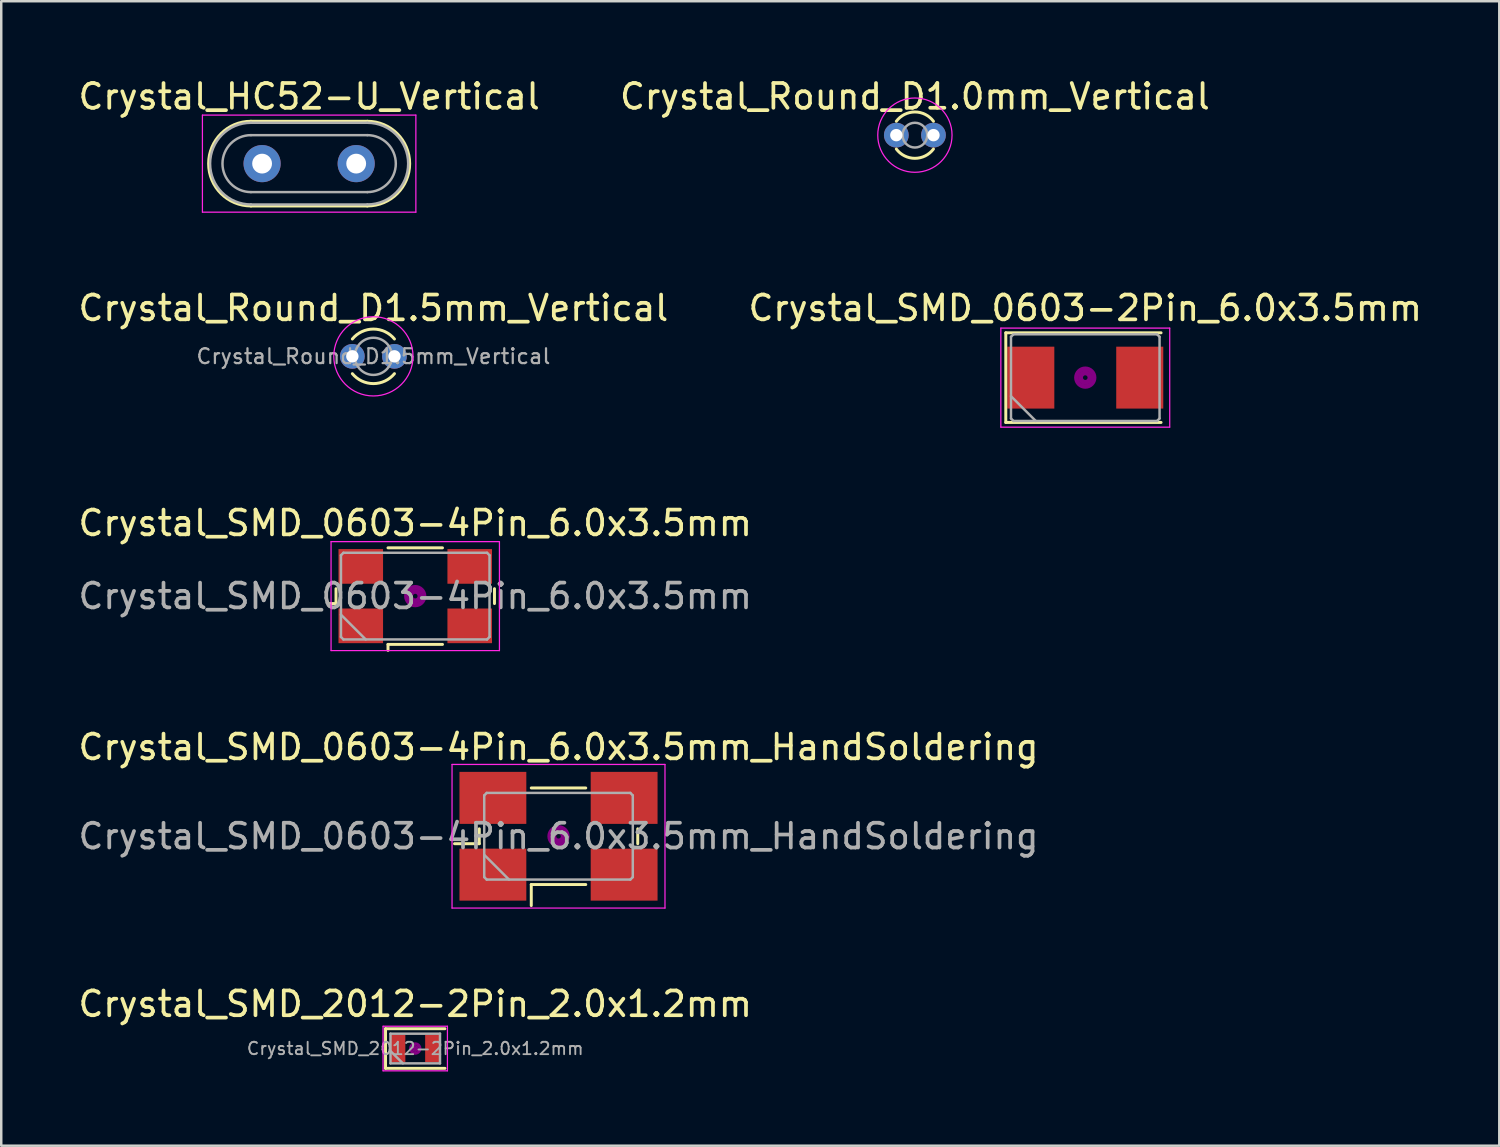
<source format=kicad_pcb>
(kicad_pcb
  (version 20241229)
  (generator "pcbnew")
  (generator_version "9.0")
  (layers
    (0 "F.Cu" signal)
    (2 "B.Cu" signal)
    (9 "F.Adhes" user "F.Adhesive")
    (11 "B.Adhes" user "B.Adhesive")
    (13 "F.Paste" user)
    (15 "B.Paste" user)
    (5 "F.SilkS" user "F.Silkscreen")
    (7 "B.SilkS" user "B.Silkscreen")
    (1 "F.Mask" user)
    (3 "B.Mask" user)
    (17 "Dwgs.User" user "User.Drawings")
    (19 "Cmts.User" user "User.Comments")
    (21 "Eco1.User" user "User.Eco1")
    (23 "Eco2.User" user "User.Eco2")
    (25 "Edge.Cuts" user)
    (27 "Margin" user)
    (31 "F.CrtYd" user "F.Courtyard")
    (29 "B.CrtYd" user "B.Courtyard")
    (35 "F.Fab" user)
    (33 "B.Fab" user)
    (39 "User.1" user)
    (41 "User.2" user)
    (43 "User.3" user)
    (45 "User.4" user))
  (footprint "Crystal_SMD_0603-4Pin_6.0x3.5mm"
    (layer "F.Cu")
    (at 13.72 21.025)
    (property "Reference" "Crystal_SMD_0603-4Pin_6.0x3.5mm" (at 0 -2.95 0) (layer "F.SilkS") (effects (font (size 1 1) (thickness 0.15))))
    (attr smd)
    (fp_line (start -3.44 0.3) (end -3.2 0.3) (stroke (width 0.12) (type solid)) (layer "F.SilkS"))
    (fp_line (start -3.2 0.3) (end -3.2 -0.3) (stroke (width 0.12) (type solid)) (layer "F.SilkS"))
    (fp_line (start -1.1 -1.95) (end 1.1 -1.95) (stroke (width 0.12) (type solid)) (layer "F.SilkS"))
    (fp_line (start -1.1 1.95) (end -1.1 2.19) (stroke (width 0.12) (type solid)) (layer "F.SilkS"))
    (fp_line (start 1.1 1.95) (end -1.1 1.95) (stroke (width 0.12) (type solid)) (layer "F.SilkS"))
    (fp_line (start 3.2 -0.3) (end 3.2 0.3) (stroke (width 0.12) (type solid)) (layer "F.SilkS"))
    (fp_circle (center 0 0) (end 0.093 0) (stroke (width 0.187) (type solid)) (fill no) (layer "F.Adhes"))
    (fp_circle (center 0 0) (end 0.213 0) (stroke (width 0.133) (type solid)) (fill no) (layer "F.Adhes"))
    (fp_circle (center 0 0) (end 0.333 0) (stroke (width 0.133) (type solid)) (fill no) (layer "F.Adhes"))
    (fp_circle (center 0 0) (end 0.4 0) (stroke (width 0.1) (type solid)) (fill no) (layer "F.Adhes"))
    (fp_line (start -3.4 -2.2) (end -3.4 2.2) (stroke (width 0.05) (type solid)) (layer "F.CrtYd"))
    (fp_line (start -3.4 2.2) (end 3.4 2.2) (stroke (width 0.05) (type solid)) (layer "F.CrtYd"))
    (fp_line (start 3.4 -2.2) (end -3.4 -2.2) (stroke (width 0.05) (type solid)) (layer "F.CrtYd"))
    (fp_line (start 3.4 2.2) (end 3.4 -2.2) (stroke (width 0.05) (type solid)) (layer "F.CrtYd"))
    (fp_line (start -3 -1.65) (end -2.9 -1.75) (stroke (width 0.1) (type solid)) (layer "F.Fab"))
    (fp_line (start -3 0.75) (end -2 1.75) (stroke (width 0.1) (type solid)) (layer "F.Fab"))
    (fp_line (start -3 1.65) (end -3 -1.65) (stroke (width 0.1) (type solid)) (layer "F.Fab"))
    (fp_line (start -2.9 -1.75) (end 2.9 -1.75) (stroke (width 0.1) (type solid)) (layer "F.Fab"))
    (fp_line (start -2.9 1.75) (end -3 1.65) (stroke (width 0.1) (type solid)) (layer "F.Fab"))
    (fp_line (start 2.9 -1.75) (end 3 -1.65) (stroke (width 0.1) (type solid)) (layer "F.Fab"))
    (fp_line (start 2.9 1.75) (end -2.9 1.75) (stroke (width 0.1) (type solid)) (layer "F.Fab"))
    (fp_line (start 3 -1.65) (end 3 1.65) (stroke (width 0.1) (type solid)) (layer "F.Fab"))
    (fp_line (start 3 1.65) (end 2.9 1.75) (stroke (width 0.1) (type solid)) (layer "F.Fab"))
    (fp_text user "${REFERENCE}" (at 0 0 0) (layer "F.Fab") (effects (font (size 1 1) (thickness 0.15))))
    (pad "1" smd rect (at -2.2 1.2) (size 1.8 1.4) (layers "F.Cu" "F.Mask" "F.Paste"))
    (pad "2" smd rect (at 2.2 1.2) (size 1.8 1.4) (layers "F.Cu" "F.Mask" "F.Paste"))
    (pad "3" smd rect (at 2.2 -1.2) (size 1.8 1.4) (layers "F.Cu" "F.Mask" "F.Paste"))
    (pad "4" smd rect (at -2.2 -1.2) (size 1.8 1.4) (layers "F.Cu" "F.Mask" "F.Paste")))
  (footprint "Crystal_Round_D1.5mm_Vertical"
    (layer "F.Cu")
    (at 11.18 11.341)
    (property "Reference" "Crystal_Round_D1.5mm_Vertical" (at 0.85 -1.95 0) (layer "F.SilkS") (effects (font (size 1 1) (thickness 0.15))))
    (attr through_hole)
    (fp_arc (start 0 -0.7) (mid 0.850432 -1.101136) (end 1.700549 -0.699333) (stroke (width 0.12) (type solid)) (layer "F.SilkS"))
    (fp_arc (start 1.700549 0.699333) (mid 0.850432 1.101136) (end 0 0.7) (stroke (width 0.12) (type solid)) (layer "F.SilkS"))
    (fp_circle (center 0.85 0) (end 2.45 0) (stroke (width 0.05) (type solid)) (fill no) (layer "F.CrtYd"))
    (fp_circle (center 0.85 0) (end 1.6 0) (stroke (width 0.1) (type solid)) (fill no) (layer "F.Fab"))
    (fp_text user "${REFERENCE}" (at 0.85 0 0) (layer "F.Fab") (effects (font (size 0.6 0.6) (thickness 0.09))))
    (pad "1" thru_hole circle (at 0 0) (size 1 1) (drill 0.5) (layers "*.Cu" "*.Mask"))
    (pad "2" thru_hole circle (at 1.7 0) (size 1 1) (drill 0.5) (layers "*.Cu" "*.Mask")))
  (footprint "Crystal_Round_D1.0mm_Vertical"
    (layer "F.Cu")
    (at 33.149 2.408)
    (property "Reference" "Crystal_Round_D1.0mm_Vertical" (at 0.75 -1.56 0) (layer "F.SilkS") (effects (font (size 1 1) (thickness 0.15))))
    (attr through_hole)
    (fp_arc (start 0 -0.56) (mid 0.749982 -0.936002) (end 1.499979 -0.560028) (stroke (width 0.12) (type solid)) (layer "F.SilkS"))
    (fp_arc (start 1.499979 0.560028) (mid 0.749982 0.936002) (end 0 0.56) (stroke (width 0.12) (type solid)) (layer "F.SilkS"))
    (fp_circle (center 0.75 0) (end 2.25 0) (stroke (width 0.05) (type solid)) (fill no) (layer "F.CrtYd"))
    (fp_circle (center 0.75 0) (end 1.25 0) (stroke (width 0.1) (type solid)) (fill no) (layer "F.Fab"))
    (pad "1" thru_hole circle (at 0 0) (size 1 1) (drill 0.5) (layers "*.Cu" "*.Mask"))
    (pad "2" thru_hole circle (at 1.5 0) (size 1 1) (drill 0.5) (layers "*.Cu" "*.Mask")))
  (footprint "Crystal_SMD_0603-2Pin_6.0x3.5mm"
    (layer "F.Cu")
    (at 40.78 12.201)
    (property "Reference" "Crystal_SMD_0603-2Pin_6.0x3.5mm" (at 0 -2.81 0) (layer "F.SilkS") (effects (font (size 1 1) (thickness 0.15))))
    (attr smd)
    (fp_line (start -3.21 -1.81) (end -3.21 1.81) (stroke (width 0.12) (type solid)) (layer "F.SilkS"))
    (fp_line (start -3.21 1.81) (end 3.06 1.81) (stroke (width 0.12) (type solid)) (layer "F.SilkS"))
    (fp_line (start 3.06 -1.81) (end -3.21 -1.81) (stroke (width 0.12) (type solid)) (layer "F.SilkS"))
    (fp_circle (center 0 0) (end 0.093 0) (stroke (width 0.187) (type solid)) (fill no) (layer "F.Adhes"))
    (fp_circle (center 0 0) (end 0.213 0) (stroke (width 0.133) (type solid)) (fill no) (layer "F.Adhes"))
    (fp_circle (center 0 0) (end 0.333 0) (stroke (width 0.133) (type solid)) (fill no) (layer "F.Adhes"))
    (fp_circle (center 0 0) (end 0.4 0) (stroke (width 0.1) (type solid)) (fill no) (layer "F.Adhes"))
    (fp_line (start -3.41 -2) (end -3.41 2) (stroke (width 0.05) (type solid)) (layer "F.CrtYd"))
    (fp_line (start -3.41 2) (end 3.41 2) (stroke (width 0.05) (type solid)) (layer "F.CrtYd"))
    (fp_line (start 3.41 -2) (end -3.41 -2) (stroke (width 0.05) (type solid)) (layer "F.CrtYd"))
    (fp_line (start 3.41 2) (end 3.41 -2) (stroke (width 0.05) (type solid)) (layer "F.CrtYd"))
    (fp_line (start -3 -1.65) (end -2.9 -1.75) (stroke (width 0.1) (type solid)) (layer "F.Fab"))
    (fp_line (start -3 0.75) (end -2 1.75) (stroke (width 0.1) (type solid)) (layer "F.Fab"))
    (fp_line (start -3 1.65) (end -3 -1.65) (stroke (width 0.1) (type solid)) (layer "F.Fab"))
    (fp_line (start -2.9 -1.75) (end 2.9 -1.75) (stroke (width 0.1) (type solid)) (layer "F.Fab"))
    (fp_line (start -2.9 1.75) (end -3 1.65) (stroke (width 0.1) (type solid)) (layer "F.Fab"))
    (fp_line (start 2.9 -1.75) (end 3 -1.65) (stroke (width 0.1) (type solid)) (layer "F.Fab"))
    (fp_line (start 2.9 1.75) (end -2.9 1.75) (stroke (width 0.1) (type solid)) (layer "F.Fab"))
    (fp_line (start 3 -1.65) (end 3 1.65) (stroke (width 0.1) (type solid)) (layer "F.Fab"))
    (fp_line (start 3 1.65) (end 2.9 1.75) (stroke (width 0.1) (type solid)) (layer "F.Fab"))
    (pad "1" smd rect (at -2.2 0) (size 1.9 2.5) (layers "F.Cu" "F.Mask"))
    (pad "2" smd rect (at 2.2 0) (size 1.9 2.5) (layers "F.Cu" "F.Mask")))
  (footprint "Crystal_HC52-U_Vertical"
    (layer "F.Cu")
    (at 7.535 3.558)
    (property "Reference" "Crystal_HC52-U_Vertical" (at 1.9 -2.71 0) (layer "F.SilkS") (effects (font (size 1 1) (thickness 0.15))))
    (attr through_hole)
    (fp_line (start -0.45 -1.71) (end 4.25 -1.71) (stroke (width 0.12) (type solid)) (layer "F.SilkS"))
    (fp_line (start -0.45 1.71) (end 4.25 1.71) (stroke (width 0.12) (type solid)) (layer "F.SilkS"))
    (fp_arc (start -0.45 1.71) (mid -2.16 0) (end -0.45 -1.71) (stroke (width 0.12) (type solid)) (layer "F.SilkS"))
    (fp_arc (start 4.25 -1.71) (mid 5.96 0) (end 4.25 1.71) (stroke (width 0.12) (type solid)) (layer "F.SilkS"))
    (fp_line (start -2.41 -1.96) (end -2.41 1.96) (stroke (width 0.05) (type solid)) (layer "F.CrtYd"))
    (fp_line (start -2.41 1.96) (end 6.21 1.96) (stroke (width 0.05) (type solid)) (layer "F.CrtYd"))
    (fp_line (start 6.21 -1.96) (end -2.41 -1.96) (stroke (width 0.05) (type solid)) (layer "F.CrtYd"))
    (fp_line (start 6.21 1.96) (end 6.21 -1.96) (stroke (width 0.05) (type solid)) (layer "F.CrtYd"))
    (fp_line (start -0.45 -1.65) (end 4.25 -1.65) (stroke (width 0.1) (type solid)) (layer "F.Fab"))
    (fp_line (start -0.45 -1.15) (end 4.25 -1.15) (stroke (width 0.1) (type solid)) (layer "F.Fab"))
    (fp_line (start -0.45 1.15) (end 4.25 1.15) (stroke (width 0.1) (type solid)) (layer "F.Fab"))
    (fp_line (start -0.45 1.65) (end 4.25 1.65) (stroke (width 0.1) (type solid)) (layer "F.Fab"))
    (fp_arc (start -0.45 1.15) (mid -1.6 0) (end -0.45 -1.15) (stroke (width 0.1) (type solid)) (layer "F.Fab"))
    (fp_arc (start -0.45 1.65) (mid -2.1 0) (end -0.45 -1.65) (stroke (width 0.1) (type solid)) (layer "F.Fab"))
    (fp_arc (start 4.25 -1.65) (mid 5.9 0) (end 4.25 1.65) (stroke (width 0.1) (type solid)) (layer "F.Fab"))
    (fp_arc (start 4.25 -1.15) (mid 5.4 0) (end 4.25 1.15) (stroke (width 0.1) (type solid)) (layer "F.Fab"))
    (pad "1" thru_hole circle (at 0 0) (size 1.5 1.5) (drill 0.8) (layers "*.Cu" "*.Mask"))
    (pad "2" thru_hole circle (at 3.8 0) (size 1.5 1.5) (drill 0.8) (layers "*.Cu" "*.Mask")))
  (footprint "Crystal_SMD_0603-4Pin_6.0x3.5mm_HandSoldering"
    (layer "F.Cu")
    (at 19.506 30.723)
    (property "Reference" "Crystal_SMD_0603-4Pin_6.0x3.5mm_HandSoldering" (at 0 -3.6 0) (layer "F.SilkS") (effects (font (size 1 1) (thickness 0.15))))
    (attr smd)
    (fp_line (start -4.2 0.3) (end -3.2 0.3) (stroke (width 0.12) (type solid)) (layer "F.SilkS"))
    (fp_line (start -3.2 0.3) (end -3.2 -0.3) (stroke (width 0.12) (type solid)) (layer "F.SilkS"))
    (fp_line (start -1.1 -1.95) (end 1.1 -1.95) (stroke (width 0.12) (type solid)) (layer "F.SilkS"))
    (fp_line (start -1.1 1.95) (end -1.1 2.8) (stroke (width 0.12) (type solid)) (layer "F.SilkS"))
    (fp_line (start 1.1 1.95) (end -1.1 1.95) (stroke (width 0.12) (type solid)) (layer "F.SilkS"))
    (fp_line (start 3.2 -0.3) (end 3.2 0.3) (stroke (width 0.12) (type solid)) (layer "F.SilkS"))
    (fp_circle (center 0 0) (end 0.093 0) (stroke (width 0.187) (type solid)) (fill no) (layer "F.Adhes"))
    (fp_circle (center 0 0) (end 0.213 0) (stroke (width 0.133) (type solid)) (fill no) (layer "F.Adhes"))
    (fp_circle (center 0 0) (end 0.333 0) (stroke (width 0.133) (type solid)) (fill no) (layer "F.Adhes"))
    (fp_circle (center 0 0) (end 0.4 0) (stroke (width 0.1) (type solid)) (fill no) (layer "F.Adhes"))
    (fp_line (start -4.3 -2.9) (end -4.3 2.9) (stroke (width 0.05) (type solid)) (layer "F.CrtYd"))
    (fp_line (start -4.3 2.9) (end 4.3 2.9) (stroke (width 0.05) (type solid)) (layer "F.CrtYd"))
    (fp_line (start 4.3 -2.9) (end -4.3 -2.9) (stroke (width 0.05) (type solid)) (layer "F.CrtYd"))
    (fp_line (start 4.3 2.9) (end 4.3 -2.9) (stroke (width 0.05) (type solid)) (layer "F.CrtYd"))
    (fp_line (start -3 -1.65) (end -2.9 -1.75) (stroke (width 0.1) (type solid)) (layer "F.Fab"))
    (fp_line (start -3 0.75) (end -2 1.75) (stroke (width 0.1) (type solid)) (layer "F.Fab"))
    (fp_line (start -3 1.65) (end -3 -1.65) (stroke (width 0.1) (type solid)) (layer "F.Fab"))
    (fp_line (start -2.9 -1.75) (end 2.9 -1.75) (stroke (width 0.1) (type solid)) (layer "F.Fab"))
    (fp_line (start -2.9 1.75) (end -3 1.65) (stroke (width 0.1) (type solid)) (layer "F.Fab"))
    (fp_line (start 2.9 -1.75) (end 3 -1.65) (stroke (width 0.1) (type solid)) (layer "F.Fab"))
    (fp_line (start 2.9 1.75) (end -2.9 1.75) (stroke (width 0.1) (type solid)) (layer "F.Fab"))
    (fp_line (start 3 -1.65) (end 3 1.65) (stroke (width 0.1) (type solid)) (layer "F.Fab"))
    (fp_line (start 3 1.65) (end 2.9 1.75) (stroke (width 0.1) (type solid)) (layer "F.Fab"))
    (fp_text user "${REFERENCE}" (at 0 0 0) (layer "F.Fab") (effects (font (size 1 1) (thickness 0.15))))
    (pad "1" smd rect (at -2.65 1.55) (size 2.7 2.1) (layers "F.Cu" "F.Mask" "F.Paste"))
    (pad "2" smd rect (at 2.65 1.55) (size 2.7 2.1) (layers "F.Cu" "F.Mask" "F.Paste"))
    (pad "3" smd rect (at 2.65 -1.55) (size 2.7 2.1) (layers "F.Cu" "F.Mask" "F.Paste"))
    (pad "4" smd rect (at -2.65 -1.55) (size 2.7 2.1) (layers "F.Cu" "F.Mask" "F.Paste")))
  (footprint "Crystal_SMD_2012-2Pin_2.0x1.2mm"
    (layer "F.Cu")
    (at 13.72 39.296)
    (property "Reference" "Crystal_SMD_2012-2Pin_2.0x1.2mm" (at 0 -1.8 0) (layer "F.SilkS") (effects (font (size 1 1) (thickness 0.15))))
    (attr smd)
    (fp_line (start -1.2 -0.8) (end -1.2 0.8) (stroke (width 0.12) (type solid)) (layer "F.SilkS"))
    (fp_line (start -1.2 0.8) (end 1.2 0.8) (stroke (width 0.12) (type solid)) (layer "F.SilkS"))
    (fp_line (start 1.2 -0.8) (end -1.2 -0.8) (stroke (width 0.12) (type solid)) (layer "F.SilkS"))
    (fp_circle (center 0 0) (end 0.047 0) (stroke (width 0.093) (type solid)) (fill no) (layer "F.Adhes"))
    (fp_circle (center 0 0) (end 0.107 0) (stroke (width 0.067) (type solid)) (fill no) (layer "F.Adhes"))
    (fp_circle (center 0 0) (end 0.167 0) (stroke (width 0.067) (type solid)) (fill no) (layer "F.Adhes"))
    (fp_circle (center 0 0) (end 0.2 0) (stroke (width 0.1) (type solid)) (fill no) (layer "F.Adhes"))
    (fp_line (start -1.3 -0.9) (end -1.3 0.9) (stroke (width 0.05) (type solid)) (layer "F.CrtYd"))
    (fp_line (start -1.3 0.9) (end 1.3 0.9) (stroke (width 0.05) (type solid)) (layer "F.CrtYd"))
    (fp_line (start 1.3 -0.9) (end -1.3 -0.9) (stroke (width 0.05) (type solid)) (layer "F.CrtYd"))
    (fp_line (start 1.3 0.9) (end 1.3 -0.9) (stroke (width 0.05) (type solid)) (layer "F.CrtYd"))
    (fp_line (start -1 -0.6) (end -1 0.6) (stroke (width 0.1) (type solid)) (layer "F.Fab"))
    (fp_line (start -1 0.1) (end -0.5 0.6) (stroke (width 0.1) (type solid)) (layer "F.Fab"))
    (fp_line (start -1 0.6) (end 1 0.6) (stroke (width 0.1) (type solid)) (layer "F.Fab"))
    (fp_line (start 1 -0.6) (end -1 -0.6) (stroke (width 0.1) (type solid)) (layer "F.Fab"))
    (fp_line (start 1 0.6) (end 1 -0.6) (stroke (width 0.1) (type solid)) (layer "F.Fab"))
    (fp_text user "${REFERENCE}" (at 0 0 0) (layer "F.Fab") (effects (font (size 0.5 0.5) (thickness 0.075))))
    (pad "1" smd rect (at -0.7 0) (size 0.6 1.1) (layers "F.Cu" "F.Mask" "F.Paste"))
    (pad "2" smd rect (at 0.7 0) (size 0.6 1.1) (layers "F.Cu" "F.Mask" "F.Paste")))
  (gr_rect
    (start -3 -3)
    (end 57.5 43.221)
    (stroke (width 0.1) (type default))
    (fill no)
    (layer "Edge.Cuts")))
</source>
